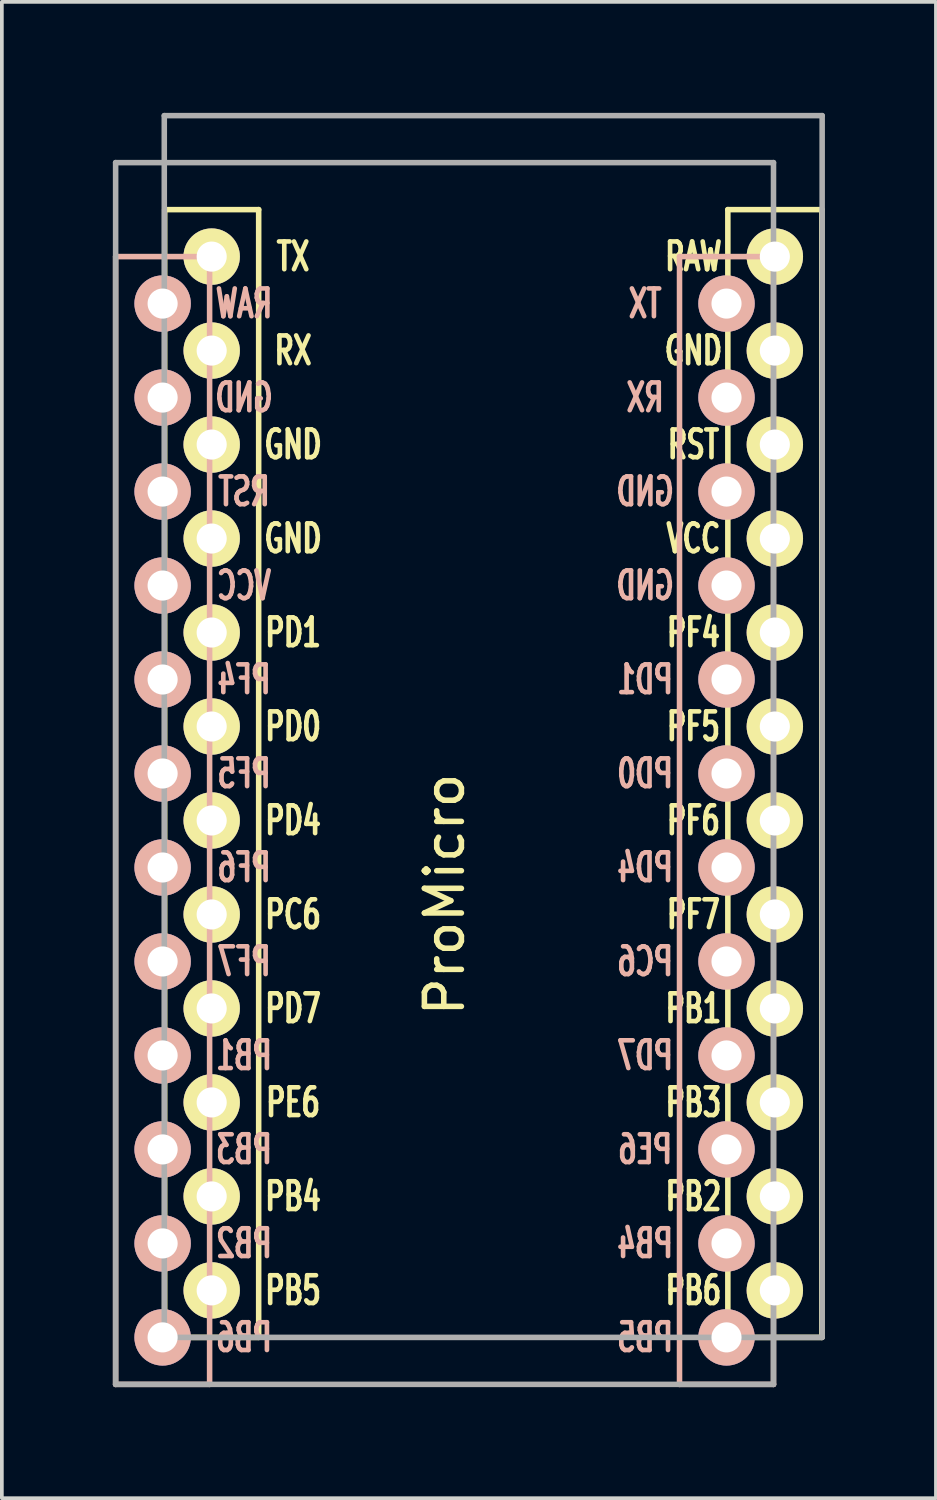
<source format=kicad_pcb>
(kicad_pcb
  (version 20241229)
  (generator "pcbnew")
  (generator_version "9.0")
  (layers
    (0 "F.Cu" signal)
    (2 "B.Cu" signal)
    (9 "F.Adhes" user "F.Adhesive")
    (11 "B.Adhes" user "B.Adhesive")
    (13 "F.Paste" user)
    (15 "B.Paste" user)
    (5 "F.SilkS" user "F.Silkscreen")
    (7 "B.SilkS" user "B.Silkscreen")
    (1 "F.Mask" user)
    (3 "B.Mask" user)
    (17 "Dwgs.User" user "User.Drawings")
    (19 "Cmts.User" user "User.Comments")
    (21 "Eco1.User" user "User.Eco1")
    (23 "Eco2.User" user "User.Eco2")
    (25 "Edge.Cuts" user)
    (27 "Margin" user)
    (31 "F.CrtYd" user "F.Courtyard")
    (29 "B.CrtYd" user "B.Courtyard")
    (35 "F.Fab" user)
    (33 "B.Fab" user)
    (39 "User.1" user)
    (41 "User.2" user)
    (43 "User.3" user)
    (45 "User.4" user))
  (footprint "ProMicro"
    (layer "F.Cu")
    (at 10.235 18.363)
    (property "Reference" "ProMicro" (at -1.27 2.762 90) (layer "F.SilkS") (effects (font (size 1 1) (thickness 0.15))))
    (attr through_hole)
    (fp_line (start -8.834 -15.748) (end -6.294 -15.748) (stroke (width 0.15) (type solid)) (layer "F.SilkS"))
    (fp_line (start -8.834 14.732) (end -8.834 -15.748) (stroke (width 0.15) (type solid)) (layer "F.SilkS"))
    (fp_line (start -6.294 -15.748) (end -6.294 14.732) (stroke (width 0.15) (type solid)) (layer "F.SilkS"))
    (fp_line (start -6.294 14.732) (end -8.834 14.732) (stroke (width 0.15) (type solid)) (layer "F.SilkS"))
    (fp_line (start 6.386 -15.748) (end 8.926 -15.748) (stroke (width 0.15) (type solid)) (layer "F.SilkS"))
    (fp_line (start 6.386 14.732) (end 6.386 -15.748) (stroke (width 0.15) (type solid)) (layer "F.SilkS"))
    (fp_line (start 8.926 -15.748) (end 8.926 14.732) (stroke (width 0.15) (type solid)) (layer "F.SilkS"))
    (fp_line (start 8.926 14.732) (end 6.386 14.732) (stroke (width 0.15) (type solid)) (layer "F.SilkS"))
    (fp_line (start -10.16 -14.478) (end -7.62 -14.478) (stroke (width 0.15) (type solid)) (layer "B.SilkS"))
    (fp_line (start -10.16 16.002) (end -10.16 -14.478) (stroke (width 0.15) (type solid)) (layer "B.SilkS"))
    (fp_line (start -7.62 -14.478) (end -7.62 16.002) (stroke (width 0.15) (type solid)) (layer "B.SilkS"))
    (fp_line (start -7.62 16.002) (end -10.16 16.002) (stroke (width 0.15) (type solid)) (layer "B.SilkS"))
    (fp_line (start 5.08 -14.478) (end 7.62 -14.478) (stroke (width 0.15) (type solid)) (layer "B.SilkS"))
    (fp_line (start 5.08 16.002) (end 5.08 -14.478) (stroke (width 0.15) (type solid)) (layer "B.SilkS"))
    (fp_line (start 7.62 -14.478) (end 7.62 16.002) (stroke (width 0.15) (type solid)) (layer "B.SilkS"))
    (fp_line (start 7.62 16.002) (end 5.08 16.002) (stroke (width 0.15) (type solid)) (layer "B.SilkS"))
    (fp_line (start -10.16 -17.018) (end 7.62 -17.018) (stroke (width 0.15) (type solid)) (layer "F.Fab"))
    (fp_line (start -10.16 16.002) (end -10.16 -17.018) (stroke (width 0.15) (type solid)) (layer "F.Fab"))
    (fp_line (start -8.845 -18.288) (end 8.935 -18.288) (stroke (width 0.15) (type solid)) (layer "F.Fab"))
    (fp_line (start -8.845 14.732) (end -8.845 -18.288) (stroke (width 0.15) (type solid)) (layer "F.Fab"))
    (fp_line (start 7.62 -17.018) (end 7.62 16.002) (stroke (width 0.15) (type solid)) (layer "F.Fab"))
    (fp_line (start 7.62 16.002) (end -10.16 16.002) (stroke (width 0.15) (type solid)) (layer "F.Fab"))
    (fp_line (start 8.935 -18.288) (end 8.935 14.732) (stroke (width 0.15) (type solid)) (layer "F.Fab"))
    (fp_line (start 8.935 14.732) (end -8.845 14.732) (stroke (width 0.15) (type solid)) (layer "F.Fab"))
    (fp_text user "TX" (at -5.364 -14.478 0) (layer "F.SilkS") (effects (font (size 0.75 0.5) (thickness 0.125))))
    (fp_text user "PB6" (at 5.456 13.462 0) (layer "F.SilkS") (effects (font (size 0.75 0.5) (thickness 0.125))))
    (fp_text user "GND" (at -5.364 -9.398 0) (layer "F.SilkS") (effects (font (size 0.75 0.5) (thickness 0.125))))
    (fp_text user "PD4" (at -5.364 0.762 0) (layer "F.SilkS") (effects (font (size 0.75 0.5) (thickness 0.125))))
    (fp_text user "PB2" (at 5.456 10.922 0) (layer "F.SilkS") (effects (font (size 0.75 0.5) (thickness 0.125))))
    (fp_text user "GND" (at 5.456 -11.938 0) (layer "F.SilkS") (effects (font (size 0.75 0.5) (thickness 0.125))))
    (fp_text user "PD1" (at -5.364 -4.318 0) (layer "F.SilkS") (effects (font (size 0.75 0.5) (thickness 0.125))))
    (fp_text user "RST" (at 5.456 -9.398 0) (layer "F.SilkS") (effects (font (size 0.75 0.5) (thickness 0.125))))
    (fp_text user "PF5" (at 5.456 -1.778 0) (layer "F.SilkS") (effects (font (size 0.75 0.5) (thickness 0.125))))
    (fp_text user "PE6" (at -5.364 8.382 0) (layer "F.SilkS") (effects (font (size 0.75 0.5) (thickness 0.125))))
    (fp_text user "PB4" (at -5.364 10.922 0) (layer "F.SilkS") (effects (font (size 0.75 0.5) (thickness 0.125))))
    (fp_text user "PB5" (at -5.364 13.462 0) (layer "F.SilkS") (effects (font (size 0.75 0.5) (thickness 0.125))))
    (fp_text user "GND" (at -5.364 -6.858 0) (layer "F.SilkS") (effects (font (size 0.75 0.5) (thickness 0.125))))
    (fp_text user "RAW" (at 5.456 -14.478 0) (layer "F.SilkS") (effects (font (size 0.75 0.5) (thickness 0.125))))
    (fp_text user "RX" (at -5.364 -11.938 0) (layer "F.SilkS") (effects (font (size 0.75 0.5) (thickness 0.125))))
    (fp_text user "PF4" (at 5.456 -4.318 0) (layer "F.SilkS") (effects (font (size 0.75 0.5) (thickness 0.125))))
    (fp_text user "PD0" (at -5.364 -1.778 0) (layer "F.SilkS") (effects (font (size 0.75 0.5) (thickness 0.125))))
    (fp_text user "PB1" (at 5.456 5.842 0) (layer "F.SilkS") (effects (font (size 0.75 0.5) (thickness 0.125))))
    (fp_text user "VCC" (at 5.456 -6.858 0) (layer "F.SilkS") (effects (font (size 0.75 0.5) (thickness 0.125))))
    (fp_text user "PC6" (at -5.364 3.302 0) (layer "F.SilkS") (effects (font (size 0.75 0.5) (thickness 0.125))))
    (fp_text user "PF7" (at 5.456 3.302 0) (layer "F.SilkS") (effects (font (size 0.75 0.5) (thickness 0.125))))
    (fp_text user "PB3" (at 5.456 8.382 0) (layer "F.SilkS") (effects (font (size 0.75 0.5) (thickness 0.125))))
    (fp_text user "PD7" (at -5.364 5.842 0) (layer "F.SilkS") (effects (font (size 0.75 0.5) (thickness 0.125))))
    (fp_text user "PF6" (at 5.456 0.762 0) (layer "F.SilkS") (effects (font (size 0.75 0.5) (thickness 0.125))))
    (fp_text user "PF6" (at -6.69 2.032 0) (layer "B.SilkS") (effects (font (size 0.75 0.5) (thickness 0.125)) (justify mirror)))
    (fp_text user "TX" (at 4.15 -13.208 0) (layer "B.SilkS") (effects (font (size 0.75 0.5) (thickness 0.125)) (justify mirror)))
    (fp_text user "VCC" (at -6.69 -5.588 0) (layer "B.SilkS") (effects (font (size 0.75 0.5) (thickness 0.125)) (justify mirror)))
    (fp_text user "PB2" (at -6.69 12.192 0) (layer "B.SilkS") (effects (font (size 0.75 0.5) (thickness 0.125)) (justify mirror)))
    (fp_text user "PF7" (at -6.69 4.572 0) (layer "B.SilkS") (effects (font (size 0.75 0.5) (thickness 0.125)) (justify mirror)))
    (fp_text user "PD0" (at 4.15 -0.508 0) (layer "B.SilkS") (effects (font (size 0.75 0.5) (thickness 0.125)) (justify mirror)))
    (fp_text user "PB4" (at 4.15 12.192 0) (layer "B.SilkS") (effects (font (size 0.75 0.5) (thickness 0.125)) (justify mirror)))
    (fp_text user "PB6" (at -6.69 14.732 0) (layer "B.SilkS") (effects (font (size 0.75 0.5) (thickness 0.125)) (justify mirror)))
    (fp_text user "RAW" (at -6.69 -13.208 0) (layer "B.SilkS") (effects (font (size 0.75 0.5) (thickness 0.125)) (justify mirror)))
    (fp_text user "RST" (at -6.69 -8.128 0) (layer "B.SilkS") (effects (font (size 0.75 0.5) (thickness 0.125)) (justify mirror)))
    (fp_text user "RX" (at 4.15 -10.668 0) (layer "B.SilkS") (effects (font (size 0.75 0.5) (thickness 0.125)) (justify mirror)))
    (fp_text user "PE6" (at 4.15 9.652 0) (layer "B.SilkS") (effects (font (size 0.75 0.5) (thickness 0.125)) (justify mirror)))
    (fp_text user "GND" (at 4.15 -5.588 0) (layer "B.SilkS") (effects (font (size 0.75 0.5) (thickness 0.125)) (justify mirror)))
    (fp_text user "PD7" (at 4.15 7.112 0) (layer "B.SilkS") (effects (font (size 0.75 0.5) (thickness 0.125)) (justify mirror)))
    (fp_text user "PD4" (at 4.15 2.032 0) (layer "B.SilkS") (effects (font (size 0.75 0.5) (thickness 0.125)) (justify mirror)))
    (fp_text user "PC6" (at 4.15 4.572 0) (layer "B.SilkS") (effects (font (size 0.75 0.5) (thickness 0.125)) (justify mirror)))
    (fp_text user "PB1" (at -6.69 7.112 0) (layer "B.SilkS") (effects (font (size 0.75 0.5) (thickness 0.125)) (justify mirror)))
    (fp_text user "PF4" (at -6.69 -3.048 0) (layer "B.SilkS") (effects (font (size 0.75 0.5) (thickness 0.125)) (justify mirror)))
    (fp_text user "PB5" (at 4.15 14.732 0) (layer "B.SilkS") (effects (font (size 0.75 0.5) (thickness 0.125)) (justify mirror)))
    (fp_text user "PB3" (at -6.69 9.652 0) (layer "B.SilkS") (effects (font (size 0.75 0.5) (thickness 0.125)) (justify mirror)))
    (fp_text user "PD1" (at 4.15 -3.048 0) (layer "B.SilkS") (effects (font (size 0.75 0.5) (thickness 0.125)) (justify mirror)))
    (fp_text user "GND" (at -6.69 -10.668 0) (layer "B.SilkS") (effects (font (size 0.75 0.5) (thickness 0.125)) (justify mirror)))
    (fp_text user "GND" (at 4.15 -8.128 0) (layer "B.SilkS") (effects (font (size 0.75 0.5) (thickness 0.125)) (justify mirror)))
    (fp_text user "PF5" (at -6.69 -0.508 0) (layer "B.SilkS") (effects (font (size 0.75 0.5) (thickness 0.125)) (justify mirror)))
    (pad "1" thru_hole circle (at -7.564 -14.478) (size 1.524 1.524) (drill 0.813) (layers "*.Cu" "*.Mask" "F.SilkS"))
    (pad "1" thru_hole circle (at 6.35 -13.208) (size 1.524 1.524) (drill 0.813) (layers "*.Cu" "*.Mask" "B.SilkS"))
    (pad "2" thru_hole circle (at -7.564 -11.938) (size 1.524 1.524) (drill 0.813) (layers "*.Cu" "*.Mask" "F.SilkS"))
    (pad "2" thru_hole circle (at 6.35 -10.668) (size 1.524 1.524) (drill 0.813) (layers "*.Cu" "*.Mask" "B.SilkS"))
    (pad "3" thru_hole circle (at -7.564 -9.398) (size 1.524 1.524) (drill 0.813) (layers "*.Cu" "*.Mask" "F.SilkS"))
    (pad "3" thru_hole circle (at 6.35 -8.128) (size 1.524 1.524) (drill 0.813) (layers "*.Cu" "*.Mask" "B.SilkS"))
    (pad "4" thru_hole circle (at -7.564 -6.858) (size 1.524 1.524) (drill 0.813) (layers "*.Cu" "*.Mask" "F.SilkS"))
    (pad "4" thru_hole circle (at 6.35 -5.588) (size 1.524 1.524) (drill 0.813) (layers "*.Cu" "*.Mask" "B.SilkS"))
    (pad "5" thru_hole circle (at -7.564 -4.318) (size 1.524 1.524) (drill 0.813) (layers "*.Cu" "*.Mask" "F.SilkS"))
    (pad "5" thru_hole circle (at 6.35 -3.048) (size 1.524 1.524) (drill 0.813) (layers "*.Cu" "*.Mask" "B.SilkS"))
    (pad "6" thru_hole circle (at -7.564 -1.778) (size 1.524 1.524) (drill 0.813) (layers "*.Cu" "*.Mask" "F.SilkS"))
    (pad "6" thru_hole circle (at 6.35 -0.508) (size 1.524 1.524) (drill 0.813) (layers "*.Cu" "*.Mask" "B.SilkS"))
    (pad "7" thru_hole circle (at -7.564 0.762) (size 1.524 1.524) (drill 0.813) (layers "*.Cu" "*.Mask" "F.SilkS"))
    (pad "7" thru_hole circle (at 6.35 2.032) (size 1.524 1.524) (drill 0.813) (layers "*.Cu" "*.Mask" "B.SilkS"))
    (pad "8" thru_hole circle (at -7.564 3.302) (size 1.524 1.524) (drill 0.813) (layers "*.Cu" "*.Mask" "F.SilkS"))
    (pad "8" thru_hole circle (at 6.35 4.572) (size 1.524 1.524) (drill 0.813) (layers "*.Cu" "*.Mask" "B.SilkS"))
    (pad "9" thru_hole circle (at -7.564 5.842) (size 1.524 1.524) (drill 0.813) (layers "*.Cu" "*.Mask" "F.SilkS"))
    (pad "9" thru_hole circle (at 6.35 7.112) (size 1.524 1.524) (drill 0.813) (layers "*.Cu" "*.Mask" "B.SilkS"))
    (pad "10" thru_hole circle (at -7.564 8.382) (size 1.524 1.524) (drill 0.813) (layers "*.Cu" "*.Mask" "F.SilkS"))
    (pad "10" thru_hole circle (at 6.35 9.652) (size 1.524 1.524) (drill 0.813) (layers "*.Cu" "*.Mask" "B.SilkS"))
    (pad "11" thru_hole circle (at -7.564 10.922) (size 1.524 1.524) (drill 0.813) (layers "*.Cu" "*.Mask" "F.SilkS"))
    (pad "11" thru_hole circle (at 6.35 12.192) (size 1.524 1.524) (drill 0.813) (layers "*.Cu" "*.Mask" "B.SilkS"))
    (pad "12" thru_hole circle (at -7.564 13.462) (size 1.524 1.524) (drill 0.813) (layers "*.Cu" "*.Mask" "F.SilkS"))
    (pad "13" thru_hole circle (at -8.89 14.732) (size 1.524 1.524) (drill 0.813) (layers "*.Cu" "*.Mask" "B.SilkS"))
    (pad "13" thru_hole circle (at 6.35 14.732) (size 1.524 1.524) (drill 0.813) (layers "*.Cu" "*.Mask" "B.SilkS"))
    (pad "13" thru_hole circle (at 7.656 13.462) (size 1.524 1.524) (drill 0.813) (layers "*.Cu" "*.Mask" "F.SilkS"))
    (pad "14" thru_hole circle (at -8.89 12.192) (size 1.524 1.524) (drill 0.813) (layers "*.Cu" "*.Mask" "B.SilkS"))
    (pad "14" thru_hole circle (at 7.656 10.922) (size 1.524 1.524) (drill 0.813) (layers "*.Cu" "*.Mask" "F.SilkS"))
    (pad "15" thru_hole circle (at -8.89 9.652) (size 1.524 1.524) (drill 0.813) (layers "*.Cu" "*.Mask" "B.SilkS"))
    (pad "15" thru_hole circle (at 7.656 8.382) (size 1.524 1.524) (drill 0.813) (layers "*.Cu" "*.Mask" "F.SilkS"))
    (pad "16" thru_hole circle (at -8.89 7.112) (size 1.524 1.524) (drill 0.813) (layers "*.Cu" "*.Mask" "B.SilkS"))
    (pad "16" thru_hole circle (at 7.656 5.842) (size 1.524 1.524) (drill 0.813) (layers "*.Cu" "*.Mask" "F.SilkS"))
    (pad "17" thru_hole circle (at -8.89 4.572) (size 1.524 1.524) (drill 0.813) (layers "*.Cu" "*.Mask" "B.SilkS"))
    (pad "17" thru_hole circle (at 7.656 3.302) (size 1.524 1.524) (drill 0.813) (layers "*.Cu" "*.Mask" "F.SilkS"))
    (pad "18" thru_hole circle (at -8.89 2.032) (size 1.524 1.524) (drill 0.813) (layers "*.Cu" "*.Mask" "B.SilkS"))
    (pad "18" thru_hole circle (at 7.656 0.762) (size 1.524 1.524) (drill 0.813) (layers "*.Cu" "*.Mask" "F.SilkS"))
    (pad "19" thru_hole circle (at -8.89 -0.508) (size 1.524 1.524) (drill 0.813) (layers "*.Cu" "*.Mask" "B.SilkS"))
    (pad "19" thru_hole circle (at 7.656 -1.778) (size 1.524 1.524) (drill 0.813) (layers "*.Cu" "*.Mask" "F.SilkS"))
    (pad "20" thru_hole circle (at -8.89 -3.048) (size 1.524 1.524) (drill 0.813) (layers "*.Cu" "*.Mask" "B.SilkS"))
    (pad "20" thru_hole circle (at 7.656 -4.318) (size 1.524 1.524) (drill 0.813) (layers "*.Cu" "*.Mask" "F.SilkS"))
    (pad "21" thru_hole circle (at -8.89 -5.588) (size 1.524 1.524) (drill 0.813) (layers "*.Cu" "*.Mask" "B.SilkS"))
    (pad "21" thru_hole circle (at 7.656 -6.858) (size 1.524 1.524) (drill 0.813) (layers "*.Cu" "*.Mask" "F.SilkS"))
    (pad "22" thru_hole circle (at -8.89 -8.128) (size 1.524 1.524) (drill 0.813) (layers "*.Cu" "*.Mask" "B.SilkS"))
    (pad "22" thru_hole circle (at 7.656 -9.398) (size 1.524 1.524) (drill 0.813) (layers "*.Cu" "*.Mask" "F.SilkS"))
    (pad "23" thru_hole circle (at -8.89 -10.668) (size 1.524 1.524) (drill 0.813) (layers "*.Cu" "*.Mask" "B.SilkS"))
    (pad "23" thru_hole circle (at 7.656 -11.938) (size 1.524 1.524) (drill 0.813) (layers "*.Cu" "*.Mask" "F.SilkS"))
    (pad "24" thru_hole circle (at -8.89 -13.208) (size 1.524 1.524) (drill 0.813) (layers "*.Cu" "*.Mask" "B.SilkS"))
    (pad "24" thru_hole circle (at 7.656 -14.478) (size 1.524 1.524) (drill 0.813) (layers "*.Cu" "*.Mask" "F.SilkS")))
  (gr_rect
    (start -3 -3)
    (end 22.245 37.44)
    (stroke (width 0.1) (type default))
    (fill no)
    (layer "Edge.Cuts")))
</source>
